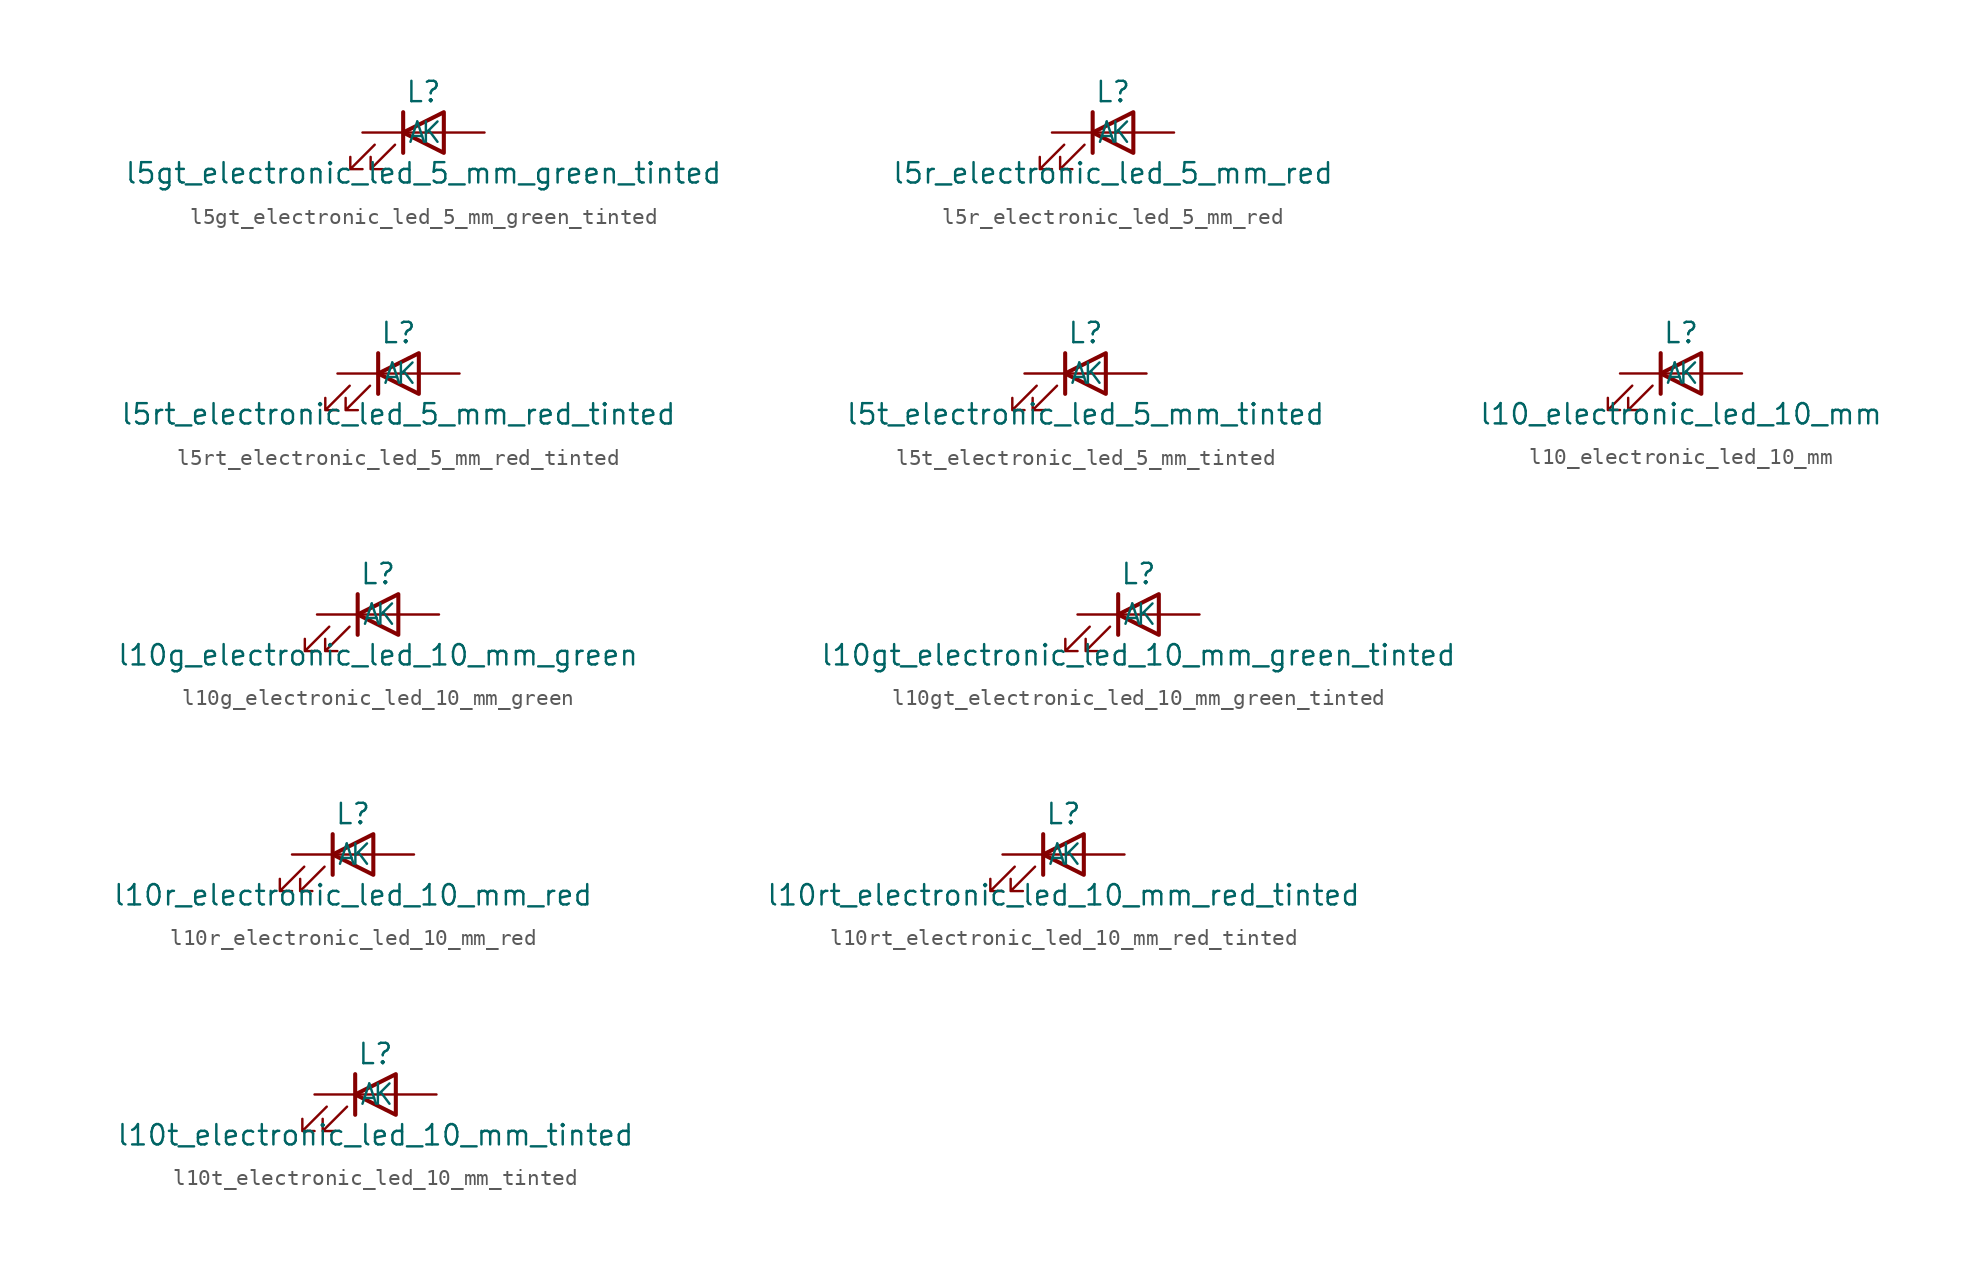
<source format=kicad_sym>
(kicad_symbol_lib
  (version 20220914)
  (generator kicad_symbol_editor)
  (symbol "l5gt_electronic_led_5_mm_green_tinted"
    (pin_numbers hide)
    (pin_names
      (offset 1.016))
    (property "Reference" "L"
      (at 0 2.54 0)
      (effects (font (size 1.27 1.27))))
    (property "Value" "l5gt_electronic_led_5_mm_green_tinted"
      (at 0 -2.54 0)
      (effects (font (size 1.27 1.27))))
    (symbol "l5gt_electronic_led_5_mm_green_tinted_0_1"
      (polyline (pts (xy -1.27 -1.27) (xy -1.27 1.27)) (stroke (width 0.254) (type default)) (fill (type none)))
      (polyline (pts (xy -1.27 0) (xy 1.27 0)) (stroke (width 0) (type default)) (fill (type none)))
      (polyline (pts (xy 1.27 -1.27) (xy 1.27 1.27) (xy -1.27 0) (xy 1.27 -1.27)) (stroke (width 0.254) (type default)) (fill (type none)))
      (polyline (pts (xy -3.048 -0.762) (xy -4.572 -2.286) (xy -3.81 -2.286) (xy -4.572 -2.286) (xy -4.572 -1.524)) (stroke (width 0) (type default)) (fill (type none)))
      (polyline (pts (xy -1.778 -0.762) (xy -3.302 -2.286) (xy -2.54 -2.286) (xy -3.302 -2.286) (xy -3.302 -1.524)) (stroke (width 0) (type default)) (fill (type none))))
    (symbol "l5gt_electronic_led_5_mm_green_tinted_1_1"
      (pin passive line (at -3.81 0 0) (length 2.54) (name "K" (effects (font (size 1.27 1.27)))) (number "1" (effects (font (size 1.27 1.27)))))
      (pin passive line (at 3.81 0 180) (length 2.54) (name "A" (effects (font (size 1.27 1.27)))) (number "2" (effects (font (size 1.27 1.27)))))))
  (symbol "l5r_electronic_led_5_mm_red"
    (pin_numbers hide)
    (pin_names
      (offset 1.016))
    (property "Reference" "L"
      (at 0 2.54 0)
      (effects (font (size 1.27 1.27))))
    (property "Value" "l5r_electronic_led_5_mm_red"
      (at 0 -2.54 0)
      (effects (font (size 1.27 1.27))))
    (symbol "l5r_electronic_led_5_mm_red_0_1"
      (polyline (pts (xy -1.27 -1.27) (xy -1.27 1.27)) (stroke (width 0.254) (type default)) (fill (type none)))
      (polyline (pts (xy -1.27 0) (xy 1.27 0)) (stroke (width 0) (type default)) (fill (type none)))
      (polyline (pts (xy 1.27 -1.27) (xy 1.27 1.27) (xy -1.27 0) (xy 1.27 -1.27)) (stroke (width 0.254) (type default)) (fill (type none)))
      (polyline (pts (xy -3.048 -0.762) (xy -4.572 -2.286) (xy -3.81 -2.286) (xy -4.572 -2.286) (xy -4.572 -1.524)) (stroke (width 0) (type default)) (fill (type none)))
      (polyline (pts (xy -1.778 -0.762) (xy -3.302 -2.286) (xy -2.54 -2.286) (xy -3.302 -2.286) (xy -3.302 -1.524)) (stroke (width 0) (type default)) (fill (type none))))
    (symbol "l5r_electronic_led_5_mm_red_1_1"
      (pin passive line (at -3.81 0 0) (length 2.54) (name "K" (effects (font (size 1.27 1.27)))) (number "1" (effects (font (size 1.27 1.27)))))
      (pin passive line (at 3.81 0 180) (length 2.54) (name "A" (effects (font (size 1.27 1.27)))) (number "2" (effects (font (size 1.27 1.27)))))))
  (symbol "l5rt_electronic_led_5_mm_red_tinted"
    (pin_numbers hide)
    (pin_names
      (offset 1.016))
    (property "Reference" "L"
      (at 0 2.54 0)
      (effects (font (size 1.27 1.27))))
    (property "Value" "l5rt_electronic_led_5_mm_red_tinted"
      (at 0 -2.54 0)
      (effects (font (size 1.27 1.27))))
    (symbol "l5rt_electronic_led_5_mm_red_tinted_0_1"
      (polyline (pts (xy -1.27 -1.27) (xy -1.27 1.27)) (stroke (width 0.254) (type default)) (fill (type none)))
      (polyline (pts (xy -1.27 0) (xy 1.27 0)) (stroke (width 0) (type default)) (fill (type none)))
      (polyline (pts (xy 1.27 -1.27) (xy 1.27 1.27) (xy -1.27 0) (xy 1.27 -1.27)) (stroke (width 0.254) (type default)) (fill (type none)))
      (polyline (pts (xy -3.048 -0.762) (xy -4.572 -2.286) (xy -3.81 -2.286) (xy -4.572 -2.286) (xy -4.572 -1.524)) (stroke (width 0) (type default)) (fill (type none)))
      (polyline (pts (xy -1.778 -0.762) (xy -3.302 -2.286) (xy -2.54 -2.286) (xy -3.302 -2.286) (xy -3.302 -1.524)) (stroke (width 0) (type default)) (fill (type none))))
    (symbol "l5rt_electronic_led_5_mm_red_tinted_1_1"
      (pin passive line (at -3.81 0 0) (length 2.54) (name "K" (effects (font (size 1.27 1.27)))) (number "1" (effects (font (size 1.27 1.27)))))
      (pin passive line (at 3.81 0 180) (length 2.54) (name "A" (effects (font (size 1.27 1.27)))) (number "2" (effects (font (size 1.27 1.27)))))))
  (symbol "l5t_electronic_led_5_mm_tinted"
    (pin_numbers hide)
    (pin_names
      (offset 1.016))
    (property "Reference" "L"
      (at 0 2.54 0)
      (effects (font (size 1.27 1.27))))
    (property "Value" "l5t_electronic_led_5_mm_tinted"
      (at 0 -2.54 0)
      (effects (font (size 1.27 1.27))))
    (symbol "l5t_electronic_led_5_mm_tinted_0_1"
      (polyline (pts (xy -1.27 -1.27) (xy -1.27 1.27)) (stroke (width 0.254) (type default)) (fill (type none)))
      (polyline (pts (xy -1.27 0) (xy 1.27 0)) (stroke (width 0) (type default)) (fill (type none)))
      (polyline (pts (xy 1.27 -1.27) (xy 1.27 1.27) (xy -1.27 0) (xy 1.27 -1.27)) (stroke (width 0.254) (type default)) (fill (type none)))
      (polyline (pts (xy -3.048 -0.762) (xy -4.572 -2.286) (xy -3.81 -2.286) (xy -4.572 -2.286) (xy -4.572 -1.524)) (stroke (width 0) (type default)) (fill (type none)))
      (polyline (pts (xy -1.778 -0.762) (xy -3.302 -2.286) (xy -2.54 -2.286) (xy -3.302 -2.286) (xy -3.302 -1.524)) (stroke (width 0) (type default)) (fill (type none))))
    (symbol "l5t_electronic_led_5_mm_tinted_1_1"
      (pin passive line (at -3.81 0 0) (length 2.54) (name "K" (effects (font (size 1.27 1.27)))) (number "1" (effects (font (size 1.27 1.27)))))
      (pin passive line (at 3.81 0 180) (length 2.54) (name "A" (effects (font (size 1.27 1.27)))) (number "2" (effects (font (size 1.27 1.27)))))))
  (symbol "l10_electronic_led_10_mm"
    (pin_numbers hide)
    (pin_names
      (offset 1.016))
    (property "Reference" "L"
      (at 0 2.54 0)
      (effects (font (size 1.27 1.27))))
    (property "Value" "l10_electronic_led_10_mm"
      (at 0 -2.54 0)
      (effects (font (size 1.27 1.27))))
    (symbol "l10_electronic_led_10_mm_0_1"
      (polyline (pts (xy -1.27 -1.27) (xy -1.27 1.27)) (stroke (width 0.254) (type default)) (fill (type none)))
      (polyline (pts (xy -1.27 0) (xy 1.27 0)) (stroke (width 0) (type default)) (fill (type none)))
      (polyline (pts (xy 1.27 -1.27) (xy 1.27 1.27) (xy -1.27 0) (xy 1.27 -1.27)) (stroke (width 0.254) (type default)) (fill (type none)))
      (polyline (pts (xy -3.048 -0.762) (xy -4.572 -2.286) (xy -3.81 -2.286) (xy -4.572 -2.286) (xy -4.572 -1.524)) (stroke (width 0) (type default)) (fill (type none)))
      (polyline (pts (xy -1.778 -0.762) (xy -3.302 -2.286) (xy -2.54 -2.286) (xy -3.302 -2.286) (xy -3.302 -1.524)) (stroke (width 0) (type default)) (fill (type none))))
    (symbol "l10_electronic_led_10_mm_1_1"
      (pin passive line (at -3.81 0 0) (length 2.54) (name "K" (effects (font (size 1.27 1.27)))) (number "1" (effects (font (size 1.27 1.27)))))
      (pin passive line (at 3.81 0 180) (length 2.54) (name "A" (effects (font (size 1.27 1.27)))) (number "2" (effects (font (size 1.27 1.27)))))))
  (symbol "l10g_electronic_led_10_mm_green"
    (pin_numbers hide)
    (pin_names
      (offset 1.016))
    (property "Reference" "L"
      (at 0 2.54 0)
      (effects (font (size 1.27 1.27))))
    (property "Value" "l10g_electronic_led_10_mm_green"
      (at 0 -2.54 0)
      (effects (font (size 1.27 1.27))))
    (symbol "l10g_electronic_led_10_mm_green_0_1"
      (polyline (pts (xy -1.27 -1.27) (xy -1.27 1.27)) (stroke (width 0.254) (type default)) (fill (type none)))
      (polyline (pts (xy -1.27 0) (xy 1.27 0)) (stroke (width 0) (type default)) (fill (type none)))
      (polyline (pts (xy 1.27 -1.27) (xy 1.27 1.27) (xy -1.27 0) (xy 1.27 -1.27)) (stroke (width 0.254) (type default)) (fill (type none)))
      (polyline (pts (xy -3.048 -0.762) (xy -4.572 -2.286) (xy -3.81 -2.286) (xy -4.572 -2.286) (xy -4.572 -1.524)) (stroke (width 0) (type default)) (fill (type none)))
      (polyline (pts (xy -1.778 -0.762) (xy -3.302 -2.286) (xy -2.54 -2.286) (xy -3.302 -2.286) (xy -3.302 -1.524)) (stroke (width 0) (type default)) (fill (type none))))
    (symbol "l10g_electronic_led_10_mm_green_1_1"
      (pin passive line (at -3.81 0 0) (length 2.54) (name "K" (effects (font (size 1.27 1.27)))) (number "1" (effects (font (size 1.27 1.27)))))
      (pin passive line (at 3.81 0 180) (length 2.54) (name "A" (effects (font (size 1.27 1.27)))) (number "2" (effects (font (size 1.27 1.27)))))))
  (symbol "l10gt_electronic_led_10_mm_green_tinted"
    (pin_numbers hide)
    (pin_names
      (offset 1.016))
    (property "Reference" "L"
      (at 0 2.54 0)
      (effects (font (size 1.27 1.27))))
    (property "Value" "l10gt_electronic_led_10_mm_green_tinted"
      (at 0 -2.54 0)
      (effects (font (size 1.27 1.27))))
    (symbol "l10gt_electronic_led_10_mm_green_tinted_0_1"
      (polyline (pts (xy -1.27 -1.27) (xy -1.27 1.27)) (stroke (width 0.254) (type default)) (fill (type none)))
      (polyline (pts (xy -1.27 0) (xy 1.27 0)) (stroke (width 0) (type default)) (fill (type none)))
      (polyline (pts (xy 1.27 -1.27) (xy 1.27 1.27) (xy -1.27 0) (xy 1.27 -1.27)) (stroke (width 0.254) (type default)) (fill (type none)))
      (polyline (pts (xy -3.048 -0.762) (xy -4.572 -2.286) (xy -3.81 -2.286) (xy -4.572 -2.286) (xy -4.572 -1.524)) (stroke (width 0) (type default)) (fill (type none)))
      (polyline (pts (xy -1.778 -0.762) (xy -3.302 -2.286) (xy -2.54 -2.286) (xy -3.302 -2.286) (xy -3.302 -1.524)) (stroke (width 0) (type default)) (fill (type none))))
    (symbol "l10gt_electronic_led_10_mm_green_tinted_1_1"
      (pin passive line (at -3.81 0 0) (length 2.54) (name "K" (effects (font (size 1.27 1.27)))) (number "1" (effects (font (size 1.27 1.27)))))
      (pin passive line (at 3.81 0 180) (length 2.54) (name "A" (effects (font (size 1.27 1.27)))) (number "2" (effects (font (size 1.27 1.27)))))))
  (symbol "l10r_electronic_led_10_mm_red"
    (pin_numbers hide)
    (pin_names
      (offset 1.016))
    (property "Reference" "L"
      (at 0 2.54 0)
      (effects (font (size 1.27 1.27))))
    (property "Value" "l10r_electronic_led_10_mm_red"
      (at 0 -2.54 0)
      (effects (font (size 1.27 1.27))))
    (symbol "l10r_electronic_led_10_mm_red_0_1"
      (polyline (pts (xy -1.27 -1.27) (xy -1.27 1.27)) (stroke (width 0.254) (type default)) (fill (type none)))
      (polyline (pts (xy -1.27 0) (xy 1.27 0)) (stroke (width 0) (type default)) (fill (type none)))
      (polyline (pts (xy 1.27 -1.27) (xy 1.27 1.27) (xy -1.27 0) (xy 1.27 -1.27)) (stroke (width 0.254) (type default)) (fill (type none)))
      (polyline (pts (xy -3.048 -0.762) (xy -4.572 -2.286) (xy -3.81 -2.286) (xy -4.572 -2.286) (xy -4.572 -1.524)) (stroke (width 0) (type default)) (fill (type none)))
      (polyline (pts (xy -1.778 -0.762) (xy -3.302 -2.286) (xy -2.54 -2.286) (xy -3.302 -2.286) (xy -3.302 -1.524)) (stroke (width 0) (type default)) (fill (type none))))
    (symbol "l10r_electronic_led_10_mm_red_1_1"
      (pin passive line (at -3.81 0 0) (length 2.54) (name "K" (effects (font (size 1.27 1.27)))) (number "1" (effects (font (size 1.27 1.27)))))
      (pin passive line (at 3.81 0 180) (length 2.54) (name "A" (effects (font (size 1.27 1.27)))) (number "2" (effects (font (size 1.27 1.27)))))))
  (symbol "l10rt_electronic_led_10_mm_red_tinted"
    (pin_numbers hide)
    (pin_names
      (offset 1.016))
    (property "Reference" "L"
      (at 0 2.54 0)
      (effects (font (size 1.27 1.27))))
    (property "Value" "l10rt_electronic_led_10_mm_red_tinted"
      (at 0 -2.54 0)
      (effects (font (size 1.27 1.27))))
    (symbol "l10rt_electronic_led_10_mm_red_tinted_0_1"
      (polyline (pts (xy -1.27 -1.27) (xy -1.27 1.27)) (stroke (width 0.254) (type default)) (fill (type none)))
      (polyline (pts (xy -1.27 0) (xy 1.27 0)) (stroke (width 0) (type default)) (fill (type none)))
      (polyline (pts (xy 1.27 -1.27) (xy 1.27 1.27) (xy -1.27 0) (xy 1.27 -1.27)) (stroke (width 0.254) (type default)) (fill (type none)))
      (polyline (pts (xy -3.048 -0.762) (xy -4.572 -2.286) (xy -3.81 -2.286) (xy -4.572 -2.286) (xy -4.572 -1.524)) (stroke (width 0) (type default)) (fill (type none)))
      (polyline (pts (xy -1.778 -0.762) (xy -3.302 -2.286) (xy -2.54 -2.286) (xy -3.302 -2.286) (xy -3.302 -1.524)) (stroke (width 0) (type default)) (fill (type none))))
    (symbol "l10rt_electronic_led_10_mm_red_tinted_1_1"
      (pin passive line (at -3.81 0 0) (length 2.54) (name "K" (effects (font (size 1.27 1.27)))) (number "1" (effects (font (size 1.27 1.27)))))
      (pin passive line (at 3.81 0 180) (length 2.54) (name "A" (effects (font (size 1.27 1.27)))) (number "2" (effects (font (size 1.27 1.27)))))))
  (symbol "l10t_electronic_led_10_mm_tinted"
    (pin_numbers hide)
    (pin_names
      (offset 1.016))
    (property "Reference" "L"
      (at 0 2.54 0)
      (effects (font (size 1.27 1.27))))
    (property "Value" "l10t_electronic_led_10_mm_tinted"
      (at 0 -2.54 0)
      (effects (font (size 1.27 1.27))))
    (symbol "l10t_electronic_led_10_mm_tinted_0_1"
      (polyline (pts (xy -1.27 -1.27) (xy -1.27 1.27)) (stroke (width 0.254) (type default)) (fill (type none)))
      (polyline (pts (xy -1.27 0) (xy 1.27 0)) (stroke (width 0) (type default)) (fill (type none)))
      (polyline (pts (xy 1.27 -1.27) (xy 1.27 1.27) (xy -1.27 0) (xy 1.27 -1.27)) (stroke (width 0.254) (type default)) (fill (type none)))
      (polyline (pts (xy -3.048 -0.762) (xy -4.572 -2.286) (xy -3.81 -2.286) (xy -4.572 -2.286) (xy -4.572 -1.524)) (stroke (width 0) (type default)) (fill (type none)))
      (polyline (pts (xy -1.778 -0.762) (xy -3.302 -2.286) (xy -2.54 -2.286) (xy -3.302 -2.286) (xy -3.302 -1.524)) (stroke (width 0) (type default)) (fill (type none))))
    (symbol "l10t_electronic_led_10_mm_tinted_1_1"
      (pin passive line (at -3.81 0 0) (length 2.54) (name "K" (effects (font (size 1.27 1.27)))) (number "1" (effects (font (size 1.27 1.27)))))
      (pin passive line (at 3.81 0 180) (length 2.54) (name "A" (effects (font (size 1.27 1.27)))) (number "2" (effects (font (size 1.27 1.27))))))))
</source>
